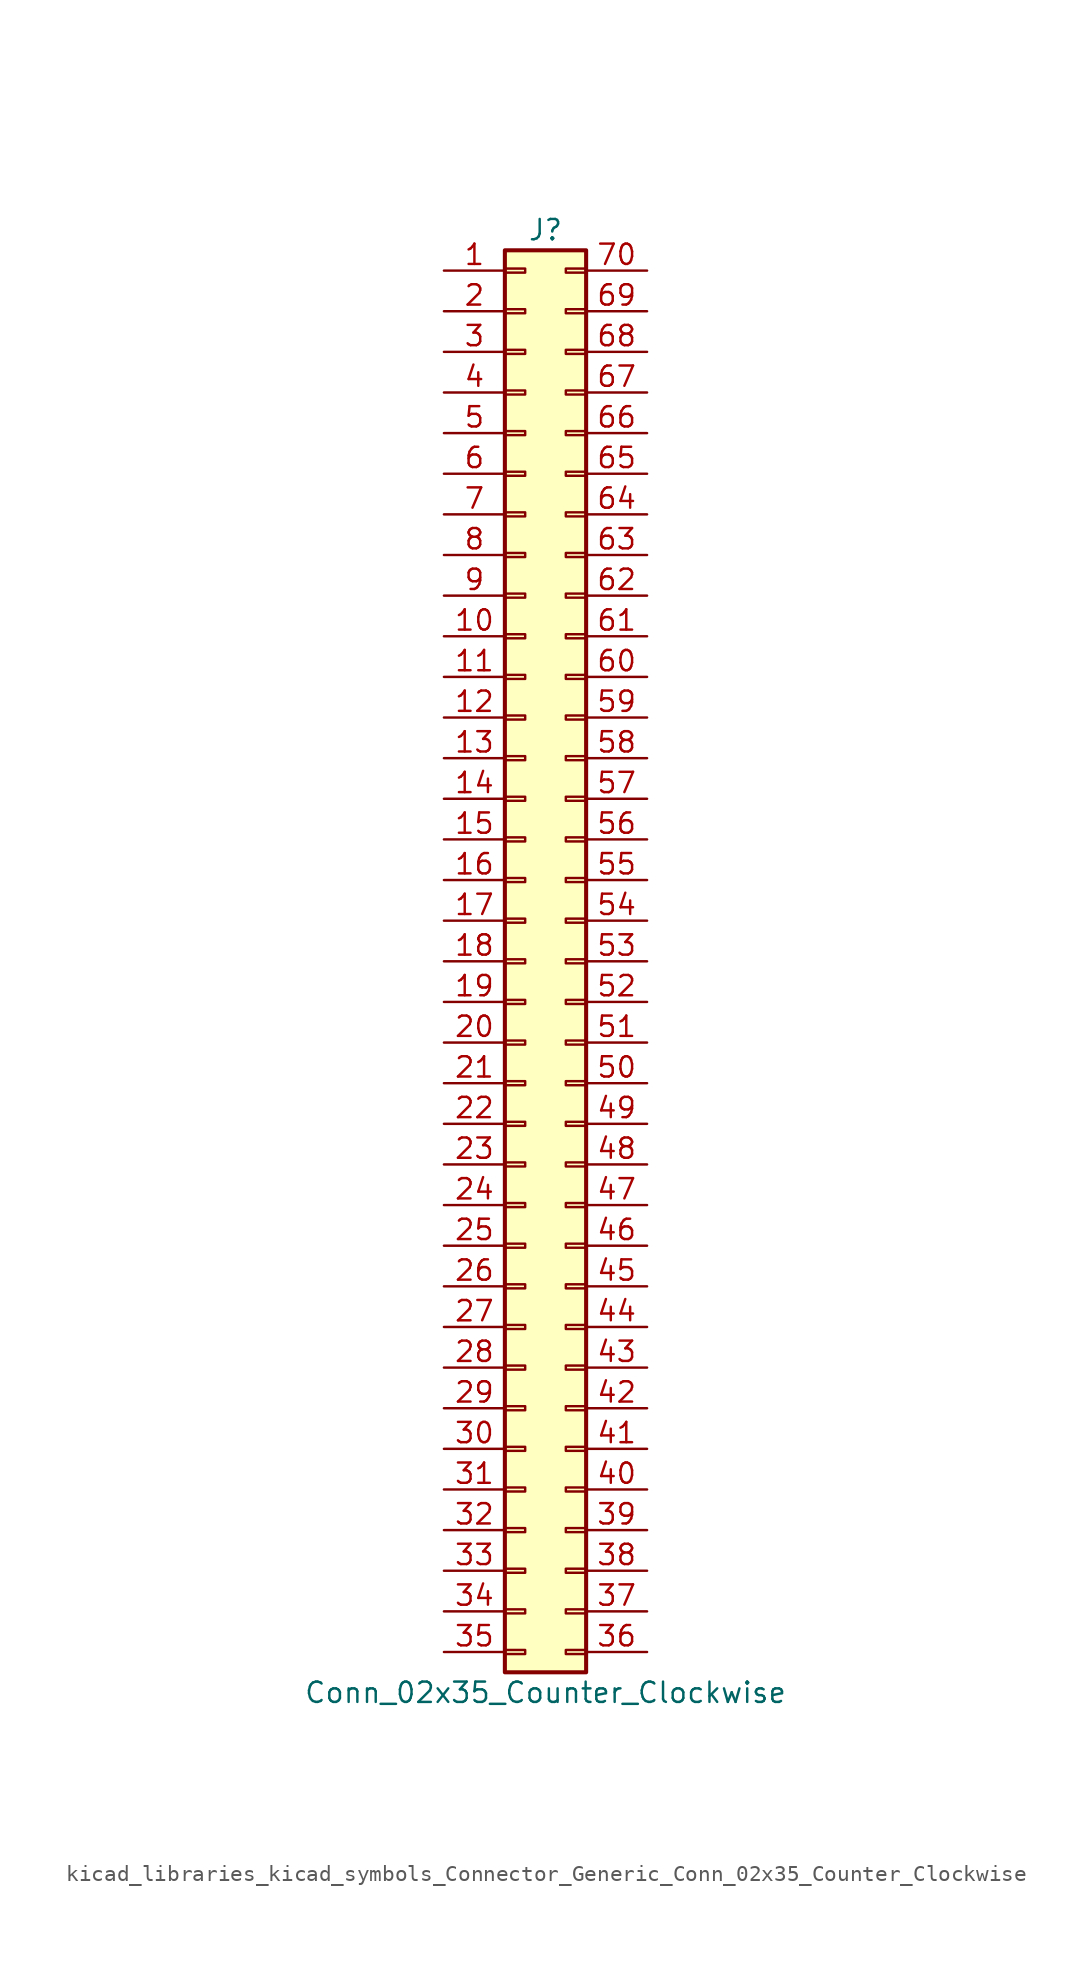
<source format=kicad_sym>
(kicad_symbol_lib
  (version 20220914)
  (generator kicad_symbol_editor)
  (symbol "kicad_libraries_kicad_symbols_Connector_Generic_Conn_02x35_Counter_Clockwise"
    (pin_names
      (offset 1.016) hide)
    (property "Reference" "J"
      (at 1.27 45.72 0)
      (effects (font (size 1.27 1.27))))
    (property "Value" "Conn_02x35_Counter_Clockwise"
      (at 1.27 -45.72 0)
      (effects (font (size 1.27 1.27))))
    (symbol "kicad_libraries_kicad_symbols_Connector_Generic_Conn_02x35_Counter_Clockwise_1_1"
      (rectangle (start -1.27 -43.053) (end 0 -43.307) (stroke (width 0.152) (type default)) (fill (type none)))
      (rectangle (start -1.27 -40.513) (end 0 -40.767) (stroke (width 0.152) (type default)) (fill (type none)))
      (rectangle (start -1.27 -37.973) (end 0 -38.227) (stroke (width 0.152) (type default)) (fill (type none)))
      (rectangle (start -1.27 -35.433) (end 0 -35.687) (stroke (width 0.152) (type default)) (fill (type none)))
      (rectangle (start -1.27 -32.893) (end 0 -33.147) (stroke (width 0.152) (type default)) (fill (type none)))
      (rectangle (start -1.27 -30.353) (end 0 -30.607) (stroke (width 0.152) (type default)) (fill (type none)))
      (rectangle (start -1.27 -27.813) (end 0 -28.067) (stroke (width 0.152) (type default)) (fill (type none)))
      (rectangle (start -1.27 -25.273) (end 0 -25.527) (stroke (width 0.152) (type default)) (fill (type none)))
      (rectangle (start -1.27 -22.733) (end 0 -22.987) (stroke (width 0.152) (type default)) (fill (type none)))
      (rectangle (start -1.27 -20.193) (end 0 -20.447) (stroke (width 0.152) (type default)) (fill (type none)))
      (rectangle (start -1.27 -17.653) (end 0 -17.907) (stroke (width 0.152) (type default)) (fill (type none)))
      (rectangle (start -1.27 -15.113) (end 0 -15.367) (stroke (width 0.152) (type default)) (fill (type none)))
      (rectangle (start -1.27 -12.573) (end 0 -12.827) (stroke (width 0.152) (type default)) (fill (type none)))
      (rectangle (start -1.27 -10.033) (end 0 -10.287) (stroke (width 0.152) (type default)) (fill (type none)))
      (rectangle (start -1.27 -7.493) (end 0 -7.747) (stroke (width 0.152) (type default)) (fill (type none)))
      (rectangle (start -1.27 -4.953) (end 0 -5.207) (stroke (width 0.152) (type default)) (fill (type none)))
      (rectangle (start -1.27 -2.413) (end 0 -2.667) (stroke (width 0.152) (type default)) (fill (type none)))
      (rectangle (start -1.27 0.127) (end 0 -0.127) (stroke (width 0.152) (type default)) (fill (type none)))
      (rectangle (start -1.27 2.667) (end 0 2.413) (stroke (width 0.152) (type default)) (fill (type none)))
      (rectangle (start -1.27 5.207) (end 0 4.953) (stroke (width 0.152) (type default)) (fill (type none)))
      (rectangle (start -1.27 7.747) (end 0 7.493) (stroke (width 0.152) (type default)) (fill (type none)))
      (rectangle (start -1.27 10.287) (end 0 10.033) (stroke (width 0.152) (type default)) (fill (type none)))
      (rectangle (start -1.27 12.827) (end 0 12.573) (stroke (width 0.152) (type default)) (fill (type none)))
      (rectangle (start -1.27 15.367) (end 0 15.113) (stroke (width 0.152) (type default)) (fill (type none)))
      (rectangle (start -1.27 17.907) (end 0 17.653) (stroke (width 0.152) (type default)) (fill (type none)))
      (rectangle (start -1.27 20.447) (end 0 20.193) (stroke (width 0.152) (type default)) (fill (type none)))
      (rectangle (start -1.27 22.987) (end 0 22.733) (stroke (width 0.152) (type default)) (fill (type none)))
      (rectangle (start -1.27 25.527) (end 0 25.273) (stroke (width 0.152) (type default)) (fill (type none)))
      (rectangle (start -1.27 28.067) (end 0 27.813) (stroke (width 0.152) (type default)) (fill (type none)))
      (rectangle (start -1.27 30.607) (end 0 30.353) (stroke (width 0.152) (type default)) (fill (type none)))
      (rectangle (start -1.27 33.147) (end 0 32.893) (stroke (width 0.152) (type default)) (fill (type none)))
      (rectangle (start -1.27 35.687) (end 0 35.433) (stroke (width 0.152) (type default)) (fill (type none)))
      (rectangle (start -1.27 38.227) (end 0 37.973) (stroke (width 0.152) (type default)) (fill (type none)))
      (rectangle (start -1.27 40.767) (end 0 40.513) (stroke (width 0.152) (type default)) (fill (type none)))
      (rectangle (start -1.27 43.307) (end 0 43.053) (stroke (width 0.152) (type default)) (fill (type none)))
      (rectangle (start -1.27 44.45) (end 3.81 -44.45) (stroke (width 0.254) (type default)) (fill (type background)))
      (rectangle (start 3.81 -43.053) (end 2.54 -43.307) (stroke (width 0.152) (type default)) (fill (type none)))
      (rectangle (start 3.81 -40.513) (end 2.54 -40.767) (stroke (width 0.152) (type default)) (fill (type none)))
      (rectangle (start 3.81 -37.973) (end 2.54 -38.227) (stroke (width 0.152) (type default)) (fill (type none)))
      (rectangle (start 3.81 -35.433) (end 2.54 -35.687) (stroke (width 0.152) (type default)) (fill (type none)))
      (rectangle (start 3.81 -32.893) (end 2.54 -33.147) (stroke (width 0.152) (type default)) (fill (type none)))
      (rectangle (start 3.81 -30.353) (end 2.54 -30.607) (stroke (width 0.152) (type default)) (fill (type none)))
      (rectangle (start 3.81 -27.813) (end 2.54 -28.067) (stroke (width 0.152) (type default)) (fill (type none)))
      (rectangle (start 3.81 -25.273) (end 2.54 -25.527) (stroke (width 0.152) (type default)) (fill (type none)))
      (rectangle (start 3.81 -22.733) (end 2.54 -22.987) (stroke (width 0.152) (type default)) (fill (type none)))
      (rectangle (start 3.81 -20.193) (end 2.54 -20.447) (stroke (width 0.152) (type default)) (fill (type none)))
      (rectangle (start 3.81 -17.653) (end 2.54 -17.907) (stroke (width 0.152) (type default)) (fill (type none)))
      (rectangle (start 3.81 -15.113) (end 2.54 -15.367) (stroke (width 0.152) (type default)) (fill (type none)))
      (rectangle (start 3.81 -12.573) (end 2.54 -12.827) (stroke (width 0.152) (type default)) (fill (type none)))
      (rectangle (start 3.81 -10.033) (end 2.54 -10.287) (stroke (width 0.152) (type default)) (fill (type none)))
      (rectangle (start 3.81 -7.493) (end 2.54 -7.747) (stroke (width 0.152) (type default)) (fill (type none)))
      (rectangle (start 3.81 -4.953) (end 2.54 -5.207) (stroke (width 0.152) (type default)) (fill (type none)))
      (rectangle (start 3.81 -2.413) (end 2.54 -2.667) (stroke (width 0.152) (type default)) (fill (type none)))
      (rectangle (start 3.81 0.127) (end 2.54 -0.127) (stroke (width 0.152) (type default)) (fill (type none)))
      (rectangle (start 3.81 2.667) (end 2.54 2.413) (stroke (width 0.152) (type default)) (fill (type none)))
      (rectangle (start 3.81 5.207) (end 2.54 4.953) (stroke (width 0.152) (type default)) (fill (type none)))
      (rectangle (start 3.81 7.747) (end 2.54 7.493) (stroke (width 0.152) (type default)) (fill (type none)))
      (rectangle (start 3.81 10.287) (end 2.54 10.033) (stroke (width 0.152) (type default)) (fill (type none)))
      (rectangle (start 3.81 12.827) (end 2.54 12.573) (stroke (width 0.152) (type default)) (fill (type none)))
      (rectangle (start 3.81 15.367) (end 2.54 15.113) (stroke (width 0.152) (type default)) (fill (type none)))
      (rectangle (start 3.81 17.907) (end 2.54 17.653) (stroke (width 0.152) (type default)) (fill (type none)))
      (rectangle (start 3.81 20.447) (end 2.54 20.193) (stroke (width 0.152) (type default)) (fill (type none)))
      (rectangle (start 3.81 22.987) (end 2.54 22.733) (stroke (width 0.152) (type default)) (fill (type none)))
      (rectangle (start 3.81 25.527) (end 2.54 25.273) (stroke (width 0.152) (type default)) (fill (type none)))
      (rectangle (start 3.81 28.067) (end 2.54 27.813) (stroke (width 0.152) (type default)) (fill (type none)))
      (rectangle (start 3.81 30.607) (end 2.54 30.353) (stroke (width 0.152) (type default)) (fill (type none)))
      (rectangle (start 3.81 33.147) (end 2.54 32.893) (stroke (width 0.152) (type default)) (fill (type none)))
      (rectangle (start 3.81 35.687) (end 2.54 35.433) (stroke (width 0.152) (type default)) (fill (type none)))
      (rectangle (start 3.81 38.227) (end 2.54 37.973) (stroke (width 0.152) (type default)) (fill (type none)))
      (rectangle (start 3.81 40.767) (end 2.54 40.513) (stroke (width 0.152) (type default)) (fill (type none)))
      (rectangle (start 3.81 43.307) (end 2.54 43.053) (stroke (width 0.152) (type default)) (fill (type none)))
      (pin passive line (at -5.08 43.18 0) (length 3.81) (name "Pin_1" (effects (font (size 1.27 1.27)))) (number "1" (effects (font (size 1.27 1.27)))))
      (pin passive line (at -5.08 20.32 0) (length 3.81) (name "Pin_10" (effects (font (size 1.27 1.27)))) (number "10" (effects (font (size 1.27 1.27)))))
      (pin passive line (at -5.08 17.78 0) (length 3.81) (name "Pin_11" (effects (font (size 1.27 1.27)))) (number "11" (effects (font (size 1.27 1.27)))))
      (pin passive line (at -5.08 15.24 0) (length 3.81) (name "Pin_12" (effects (font (size 1.27 1.27)))) (number "12" (effects (font (size 1.27 1.27)))))
      (pin passive line (at -5.08 12.7 0) (length 3.81) (name "Pin_13" (effects (font (size 1.27 1.27)))) (number "13" (effects (font (size 1.27 1.27)))))
      (pin passive line (at -5.08 10.16 0) (length 3.81) (name "Pin_14" (effects (font (size 1.27 1.27)))) (number "14" (effects (font (size 1.27 1.27)))))
      (pin passive line (at -5.08 7.62 0) (length 3.81) (name "Pin_15" (effects (font (size 1.27 1.27)))) (number "15" (effects (font (size 1.27 1.27)))))
      (pin passive line (at -5.08 5.08 0) (length 3.81) (name "Pin_16" (effects (font (size 1.27 1.27)))) (number "16" (effects (font (size 1.27 1.27)))))
      (pin passive line (at -5.08 2.54 0) (length 3.81) (name "Pin_17" (effects (font (size 1.27 1.27)))) (number "17" (effects (font (size 1.27 1.27)))))
      (pin passive line (at -5.08 0 0) (length 3.81) (name "Pin_18" (effects (font (size 1.27 1.27)))) (number "18" (effects (font (size 1.27 1.27)))))
      (pin passive line (at -5.08 -2.54 0) (length 3.81) (name "Pin_19" (effects (font (size 1.27 1.27)))) (number "19" (effects (font (size 1.27 1.27)))))
      (pin passive line (at -5.08 40.64 0) (length 3.81) (name "Pin_2" (effects (font (size 1.27 1.27)))) (number "2" (effects (font (size 1.27 1.27)))))
      (pin passive line (at -5.08 -5.08 0) (length 3.81) (name "Pin_20" (effects (font (size 1.27 1.27)))) (number "20" (effects (font (size 1.27 1.27)))))
      (pin passive line (at -5.08 -7.62 0) (length 3.81) (name "Pin_21" (effects (font (size 1.27 1.27)))) (number "21" (effects (font (size 1.27 1.27)))))
      (pin passive line (at -5.08 -10.16 0) (length 3.81) (name "Pin_22" (effects (font (size 1.27 1.27)))) (number "22" (effects (font (size 1.27 1.27)))))
      (pin passive line (at -5.08 -12.7 0) (length 3.81) (name "Pin_23" (effects (font (size 1.27 1.27)))) (number "23" (effects (font (size 1.27 1.27)))))
      (pin passive line (at -5.08 -15.24 0) (length 3.81) (name "Pin_24" (effects (font (size 1.27 1.27)))) (number "24" (effects (font (size 1.27 1.27)))))
      (pin passive line (at -5.08 -17.78 0) (length 3.81) (name "Pin_25" (effects (font (size 1.27 1.27)))) (number "25" (effects (font (size 1.27 1.27)))))
      (pin passive line (at -5.08 -20.32 0) (length 3.81) (name "Pin_26" (effects (font (size 1.27 1.27)))) (number "26" (effects (font (size 1.27 1.27)))))
      (pin passive line (at -5.08 -22.86 0) (length 3.81) (name "Pin_27" (effects (font (size 1.27 1.27)))) (number "27" (effects (font (size 1.27 1.27)))))
      (pin passive line (at -5.08 -25.4 0) (length 3.81) (name "Pin_28" (effects (font (size 1.27 1.27)))) (number "28" (effects (font (size 1.27 1.27)))))
      (pin passive line (at -5.08 -27.94 0) (length 3.81) (name "Pin_29" (effects (font (size 1.27 1.27)))) (number "29" (effects (font (size 1.27 1.27)))))
      (pin passive line (at -5.08 38.1 0) (length 3.81) (name "Pin_3" (effects (font (size 1.27 1.27)))) (number "3" (effects (font (size 1.27 1.27)))))
      (pin passive line (at -5.08 -30.48 0) (length 3.81) (name "Pin_30" (effects (font (size 1.27 1.27)))) (number "30" (effects (font (size 1.27 1.27)))))
      (pin passive line (at -5.08 -33.02 0) (length 3.81) (name "Pin_31" (effects (font (size 1.27 1.27)))) (number "31" (effects (font (size 1.27 1.27)))))
      (pin passive line (at -5.08 -35.56 0) (length 3.81) (name "Pin_32" (effects (font (size 1.27 1.27)))) (number "32" (effects (font (size 1.27 1.27)))))
      (pin passive line (at -5.08 -38.1 0) (length 3.81) (name "Pin_33" (effects (font (size 1.27 1.27)))) (number "33" (effects (font (size 1.27 1.27)))))
      (pin passive line (at -5.08 -40.64 0) (length 3.81) (name "Pin_34" (effects (font (size 1.27 1.27)))) (number "34" (effects (font (size 1.27 1.27)))))
      (pin passive line (at -5.08 -43.18 0) (length 3.81) (name "Pin_35" (effects (font (size 1.27 1.27)))) (number "35" (effects (font (size 1.27 1.27)))))
      (pin passive line (at 7.62 -43.18 180) (length 3.81) (name "Pin_36" (effects (font (size 1.27 1.27)))) (number "36" (effects (font (size 1.27 1.27)))))
      (pin passive line (at 7.62 -40.64 180) (length 3.81) (name "Pin_37" (effects (font (size 1.27 1.27)))) (number "37" (effects (font (size 1.27 1.27)))))
      (pin passive line (at 7.62 -38.1 180) (length 3.81) (name "Pin_38" (effects (font (size 1.27 1.27)))) (number "38" (effects (font (size 1.27 1.27)))))
      (pin passive line (at 7.62 -35.56 180) (length 3.81) (name "Pin_39" (effects (font (size 1.27 1.27)))) (number "39" (effects (font (size 1.27 1.27)))))
      (pin passive line (at -5.08 35.56 0) (length 3.81) (name "Pin_4" (effects (font (size 1.27 1.27)))) (number "4" (effects (font (size 1.27 1.27)))))
      (pin passive line (at 7.62 -33.02 180) (length 3.81) (name "Pin_40" (effects (font (size 1.27 1.27)))) (number "40" (effects (font (size 1.27 1.27)))))
      (pin passive line (at 7.62 -30.48 180) (length 3.81) (name "Pin_41" (effects (font (size 1.27 1.27)))) (number "41" (effects (font (size 1.27 1.27)))))
      (pin passive line (at 7.62 -27.94 180) (length 3.81) (name "Pin_42" (effects (font (size 1.27 1.27)))) (number "42" (effects (font (size 1.27 1.27)))))
      (pin passive line (at 7.62 -25.4 180) (length 3.81) (name "Pin_43" (effects (font (size 1.27 1.27)))) (number "43" (effects (font (size 1.27 1.27)))))
      (pin passive line (at 7.62 -22.86 180) (length 3.81) (name "Pin_44" (effects (font (size 1.27 1.27)))) (number "44" (effects (font (size 1.27 1.27)))))
      (pin passive line (at 7.62 -20.32 180) (length 3.81) (name "Pin_45" (effects (font (size 1.27 1.27)))) (number "45" (effects (font (size 1.27 1.27)))))
      (pin passive line (at 7.62 -17.78 180) (length 3.81) (name "Pin_46" (effects (font (size 1.27 1.27)))) (number "46" (effects (font (size 1.27 1.27)))))
      (pin passive line (at 7.62 -15.24 180) (length 3.81) (name "Pin_47" (effects (font (size 1.27 1.27)))) (number "47" (effects (font (size 1.27 1.27)))))
      (pin passive line (at 7.62 -12.7 180) (length 3.81) (name "Pin_48" (effects (font (size 1.27 1.27)))) (number "48" (effects (font (size 1.27 1.27)))))
      (pin passive line (at 7.62 -10.16 180) (length 3.81) (name "Pin_49" (effects (font (size 1.27 1.27)))) (number "49" (effects (font (size 1.27 1.27)))))
      (pin passive line (at -5.08 33.02 0) (length 3.81) (name "Pin_5" (effects (font (size 1.27 1.27)))) (number "5" (effects (font (size 1.27 1.27)))))
      (pin passive line (at 7.62 -7.62 180) (length 3.81) (name "Pin_50" (effects (font (size 1.27 1.27)))) (number "50" (effects (font (size 1.27 1.27)))))
      (pin passive line (at 7.62 -5.08 180) (length 3.81) (name "Pin_51" (effects (font (size 1.27 1.27)))) (number "51" (effects (font (size 1.27 1.27)))))
      (pin passive line (at 7.62 -2.54 180) (length 3.81) (name "Pin_52" (effects (font (size 1.27 1.27)))) (number "52" (effects (font (size 1.27 1.27)))))
      (pin passive line (at 7.62 0 180) (length 3.81) (name "Pin_53" (effects (font (size 1.27 1.27)))) (number "53" (effects (font (size 1.27 1.27)))))
      (pin passive line (at 7.62 2.54 180) (length 3.81) (name "Pin_54" (effects (font (size 1.27 1.27)))) (number "54" (effects (font (size 1.27 1.27)))))
      (pin passive line (at 7.62 5.08 180) (length 3.81) (name "Pin_55" (effects (font (size 1.27 1.27)))) (number "55" (effects (font (size 1.27 1.27)))))
      (pin passive line (at 7.62 7.62 180) (length 3.81) (name "Pin_56" (effects (font (size 1.27 1.27)))) (number "56" (effects (font (size 1.27 1.27)))))
      (pin passive line (at 7.62 10.16 180) (length 3.81) (name "Pin_57" (effects (font (size 1.27 1.27)))) (number "57" (effects (font (size 1.27 1.27)))))
      (pin passive line (at 7.62 12.7 180) (length 3.81) (name "Pin_58" (effects (font (size 1.27 1.27)))) (number "58" (effects (font (size 1.27 1.27)))))
      (pin passive line (at 7.62 15.24 180) (length 3.81) (name "Pin_59" (effects (font (size 1.27 1.27)))) (number "59" (effects (font (size 1.27 1.27)))))
      (pin passive line (at -5.08 30.48 0) (length 3.81) (name "Pin_6" (effects (font (size 1.27 1.27)))) (number "6" (effects (font (size 1.27 1.27)))))
      (pin passive line (at 7.62 17.78 180) (length 3.81) (name "Pin_60" (effects (font (size 1.27 1.27)))) (number "60" (effects (font (size 1.27 1.27)))))
      (pin passive line (at 7.62 20.32 180) (length 3.81) (name "Pin_61" (effects (font (size 1.27 1.27)))) (number "61" (effects (font (size 1.27 1.27)))))
      (pin passive line (at 7.62 22.86 180) (length 3.81) (name "Pin_62" (effects (font (size 1.27 1.27)))) (number "62" (effects (font (size 1.27 1.27)))))
      (pin passive line (at 7.62 25.4 180) (length 3.81) (name "Pin_63" (effects (font (size 1.27 1.27)))) (number "63" (effects (font (size 1.27 1.27)))))
      (pin passive line (at 7.62 27.94 180) (length 3.81) (name "Pin_64" (effects (font (size 1.27 1.27)))) (number "64" (effects (font (size 1.27 1.27)))))
      (pin passive line (at 7.62 30.48 180) (length 3.81) (name "Pin_65" (effects (font (size 1.27 1.27)))) (number "65" (effects (font (size 1.27 1.27)))))
      (pin passive line (at 7.62 33.02 180) (length 3.81) (name "Pin_66" (effects (font (size 1.27 1.27)))) (number "66" (effects (font (size 1.27 1.27)))))
      (pin passive line (at 7.62 35.56 180) (length 3.81) (name "Pin_67" (effects (font (size 1.27 1.27)))) (number "67" (effects (font (size 1.27 1.27)))))
      (pin passive line (at 7.62 38.1 180) (length 3.81) (name "Pin_68" (effects (font (size 1.27 1.27)))) (number "68" (effects (font (size 1.27 1.27)))))
      (pin passive line (at 7.62 40.64 180) (length 3.81) (name "Pin_69" (effects (font (size 1.27 1.27)))) (number "69" (effects (font (size 1.27 1.27)))))
      (pin passive line (at -5.08 27.94 0) (length 3.81) (name "Pin_7" (effects (font (size 1.27 1.27)))) (number "7" (effects (font (size 1.27 1.27)))))
      (pin passive line (at 7.62 43.18 180) (length 3.81) (name "Pin_70" (effects (font (size 1.27 1.27)))) (number "70" (effects (font (size 1.27 1.27)))))
      (pin passive line (at -5.08 25.4 0) (length 3.81) (name "Pin_8" (effects (font (size 1.27 1.27)))) (number "8" (effects (font (size 1.27 1.27)))))
      (pin passive line (at -5.08 22.86 0) (length 3.81) (name "Pin_9" (effects (font (size 1.27 1.27)))) (number "9" (effects (font (size 1.27 1.27))))))))
</source>
